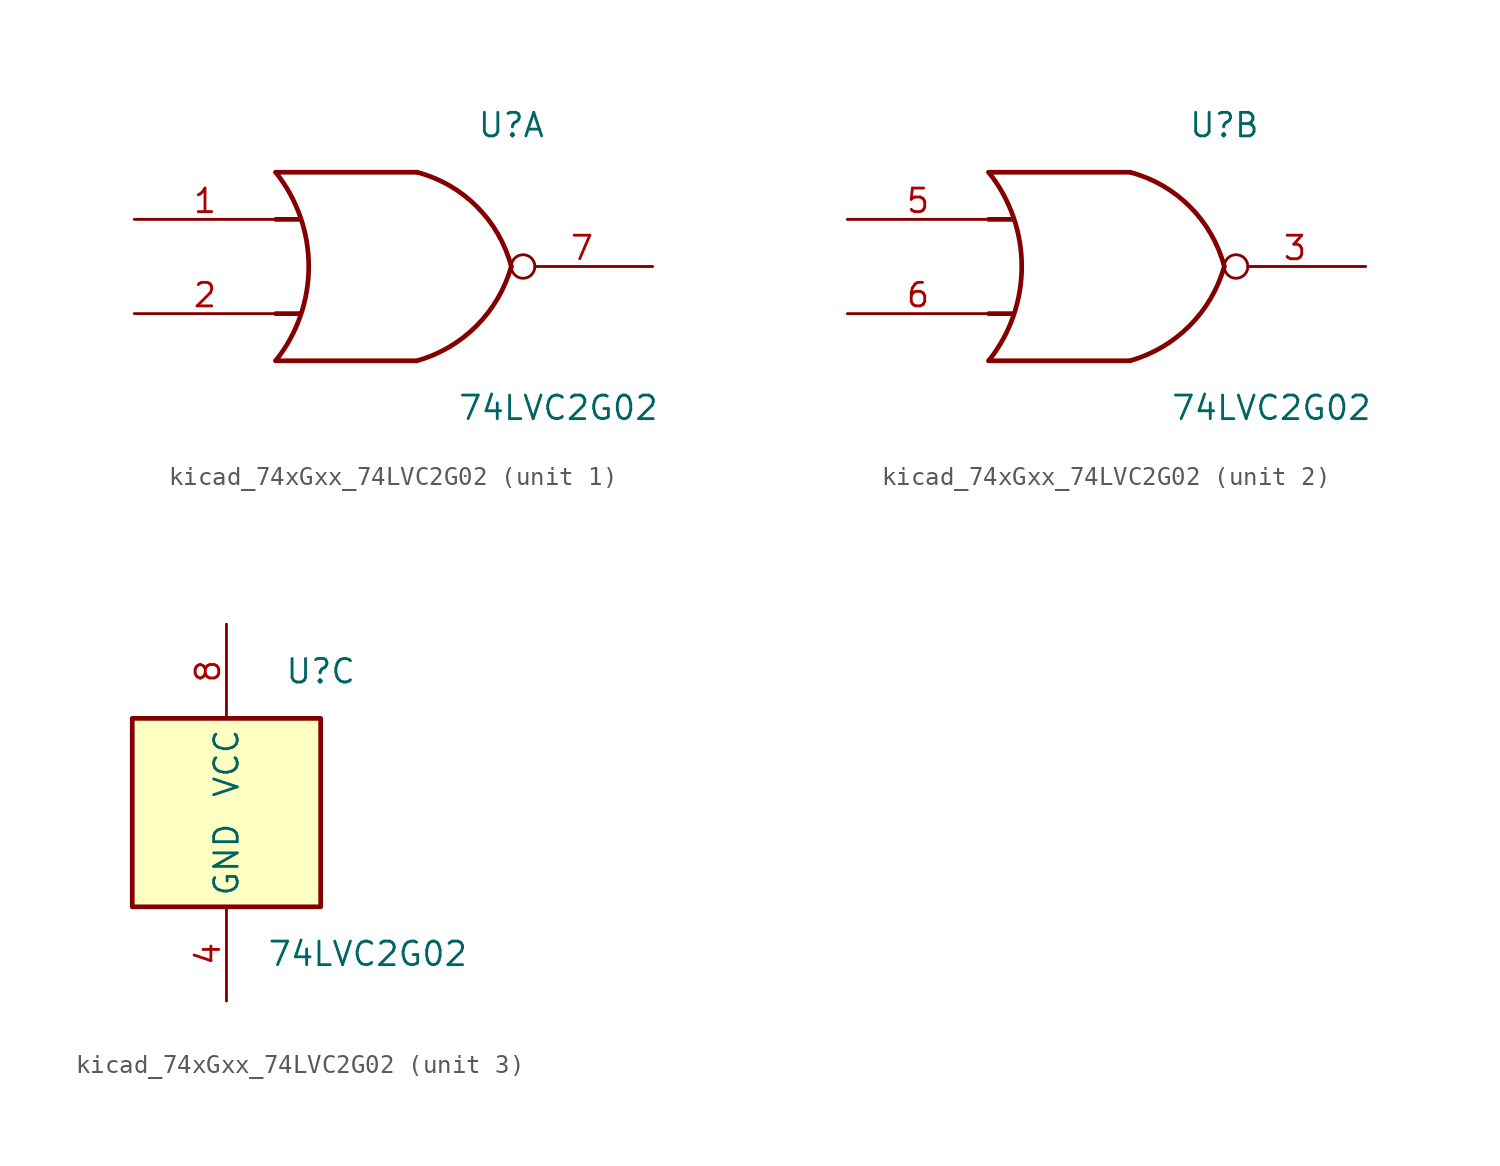
<source format=kicad_sym>
(kicad_symbol_lib
  (version 20220914)
  (generator kicad_symbol_editor)
  (symbol "kicad_74xGxx_74LVC2G02"
    (property "Reference" "U"
      (at 5.08 7.62 0)
      (effects (font (size 1.27 1.27))))
    (property "Value" "74LVC2G02"
      (at 7.62 -7.62 0)
      (effects (font (size 1.27 1.27))))
    (symbol "kicad_74xGxx_74LVC2G02_1_1"
      (arc (start -7.62 -5.08) (mid -5.838 0) (end -7.62 5.08) (stroke (width 0.254) (type default)) (fill (type none)))
      (arc (start 0 -5.08) (mid 3.1986 -3.2054) (end 5.08 0) (stroke (width 0.254) (type default)) (fill (type none)))
      (polyline (pts (xy -7.62 -2.54) (xy -6.35 -2.54)) (stroke (width 0.254) (type default)) (fill (type background)))
      (polyline (pts (xy -7.62 2.54) (xy -6.35 2.54)) (stroke (width 0.254) (type default)) (fill (type background)))
      (polyline (pts (xy 0 -5.08) (xy -7.62 -5.08)) (stroke (width 0.254) (type default)) (fill (type background)))
      (polyline (pts (xy 0 5.08) (xy -7.62 5.08)) (stroke (width 0.254) (type default)) (fill (type background)))
      (arc (start 5.08 0) (mid 3.2238 3.2304) (end 0 5.08) (stroke (width 0.254) (type default)) (fill (type none)))
      (pin input line (at -15.24 2.54 0) (length 7.62) (name "~" (effects (font (size 1.27 1.27)))) (number "1" (effects (font (size 1.27 1.27)))))
      (pin input line (at -15.24 -2.54 0) (length 7.62) (name "~" (effects (font (size 1.27 1.27)))) (number "2" (effects (font (size 1.27 1.27)))))
      (pin output inverted (at 12.7 0 180) (length 7.62) (name "~" (effects (font (size 1.27 1.27)))) (number "7" (effects (font (size 1.27 1.27))))))
    (symbol "kicad_74xGxx_74LVC2G02_2_1"
      (arc (start -7.62 -5.08) (mid -5.838 0) (end -7.62 5.08) (stroke (width 0.254) (type default)) (fill (type none)))
      (arc (start 0 -5.08) (mid 3.1986 -3.2054) (end 5.08 0) (stroke (width 0.254) (type default)) (fill (type none)))
      (polyline (pts (xy -7.62 -2.54) (xy -6.35 -2.54)) (stroke (width 0.254) (type default)) (fill (type background)))
      (polyline (pts (xy -7.62 2.54) (xy -6.35 2.54)) (stroke (width 0.254) (type default)) (fill (type background)))
      (polyline (pts (xy 0 -5.08) (xy -7.62 -5.08)) (stroke (width 0.254) (type default)) (fill (type background)))
      (polyline (pts (xy 0 5.08) (xy -7.62 5.08)) (stroke (width 0.254) (type default)) (fill (type background)))
      (arc (start 5.08 0) (mid 3.2238 3.2304) (end 0 5.08) (stroke (width 0.254) (type default)) (fill (type none)))
      (pin output inverted (at 12.7 0 180) (length 7.62) (name "~" (effects (font (size 1.27 1.27)))) (number "3" (effects (font (size 1.27 1.27)))))
      (pin input line (at -15.24 2.54 0) (length 7.62) (name "~" (effects (font (size 1.27 1.27)))) (number "5" (effects (font (size 1.27 1.27)))))
      (pin input line (at -15.24 -2.54 0) (length 7.62) (name "~" (effects (font (size 1.27 1.27)))) (number "6" (effects (font (size 1.27 1.27))))))
    (symbol "kicad_74xGxx_74LVC2G02_3_0"
      (rectangle (start -5.08 -5.08) (end 5.08 5.08) (stroke (width 0.254) (type default)) (fill (type background))))
    (symbol "kicad_74xGxx_74LVC2G02_3_1"
      (pin power_in line (at 0 -10.16 90) (length 5.08) (name "GND" (effects (font (size 1.27 1.27)))) (number "4" (effects (font (size 1.27 1.27)))))
      (pin power_in line (at 0 10.16 270) (length 5.08) (name "VCC" (effects (font (size 1.27 1.27)))) (number "8" (effects (font (size 1.27 1.27))))))))
</source>
